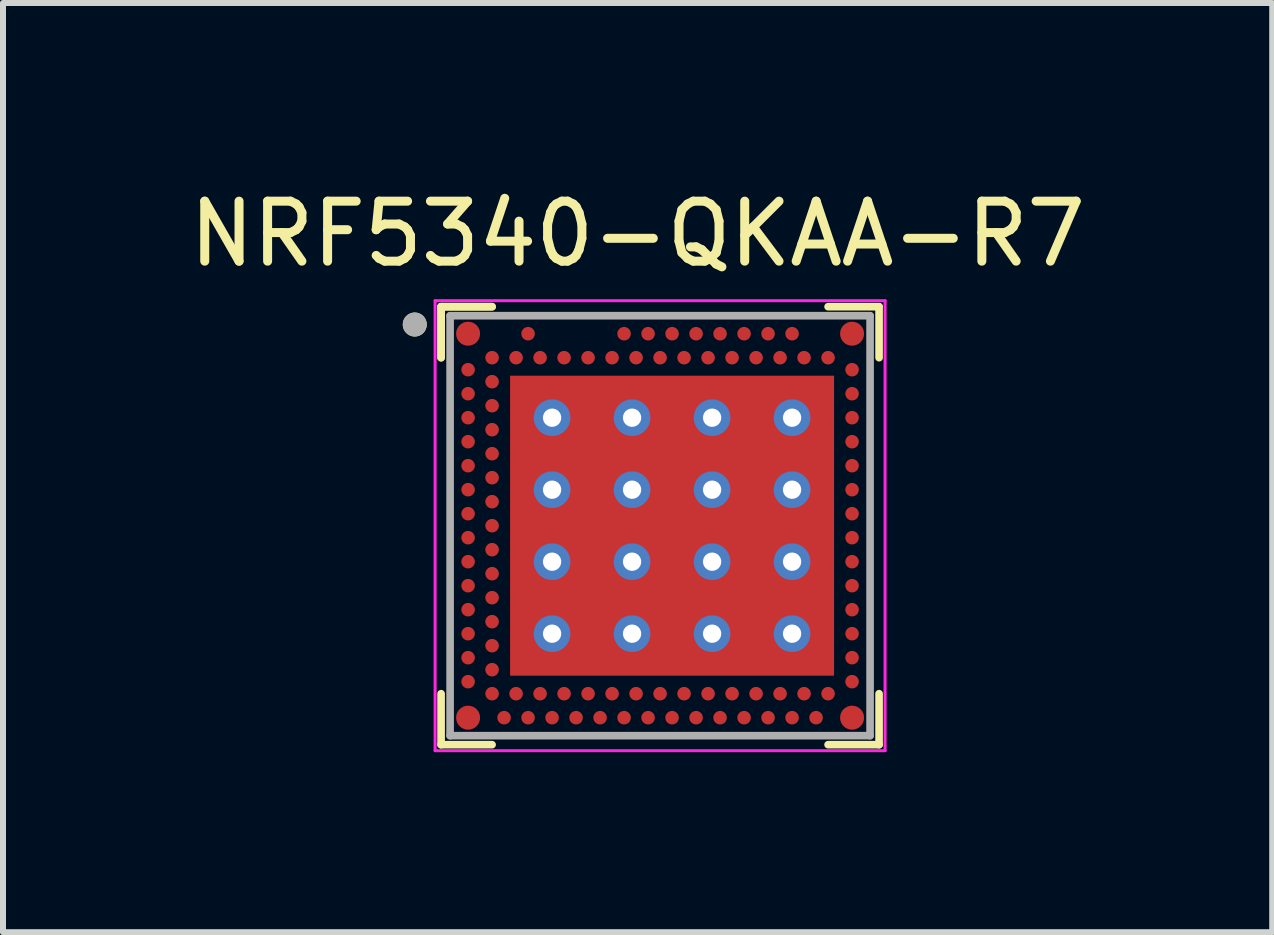
<source format=kicad_pcb>
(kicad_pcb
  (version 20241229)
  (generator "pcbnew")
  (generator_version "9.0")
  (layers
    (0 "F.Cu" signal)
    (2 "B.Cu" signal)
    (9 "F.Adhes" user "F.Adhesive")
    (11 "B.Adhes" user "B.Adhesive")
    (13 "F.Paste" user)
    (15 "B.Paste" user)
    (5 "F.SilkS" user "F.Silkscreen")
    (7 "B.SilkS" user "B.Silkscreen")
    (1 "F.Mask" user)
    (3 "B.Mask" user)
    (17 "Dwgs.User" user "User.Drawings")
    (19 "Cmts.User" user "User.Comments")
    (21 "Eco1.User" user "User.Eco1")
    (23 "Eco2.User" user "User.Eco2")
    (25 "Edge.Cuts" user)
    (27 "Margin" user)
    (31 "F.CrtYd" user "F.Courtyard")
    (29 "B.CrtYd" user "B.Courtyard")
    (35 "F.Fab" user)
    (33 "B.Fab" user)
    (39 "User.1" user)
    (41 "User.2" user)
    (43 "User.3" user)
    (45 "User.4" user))
  (footprint "NRF5340-QKAA-R7"
    (layer "F.Cu")
    (at 7.952 5.712)
    (property "Reference" "NRF5340-QKAA-R7" (at -0.375 -4.864 0) (layer "F.SilkS") (effects (font (size 1 1) (thickness 0.15))))
    (attr smd)
    (fp_line (start -3.65 -3.65) (end -3.65 -2.8) (stroke (width 0.127) (type solid)) (layer "F.SilkS"))
    (fp_line (start -3.65 -3.65) (end -3.65 -2.8) (stroke (width 0.127) (type solid)) (layer "F.SilkS"))
    (fp_line (start -3.65 2.8) (end -3.65 3.65) (stroke (width 0.127) (type solid)) (layer "F.SilkS"))
    (fp_line (start -3.65 3.65) (end -2.8 3.65) (stroke (width 0.127) (type solid)) (layer "F.SilkS"))
    (fp_line (start -2.8 -3.65) (end -3.65 -3.65) (stroke (width 0.127) (type solid)) (layer "F.SilkS"))
    (fp_line (start -2.8 -3.65) (end -3.65 -3.65) (stroke (width 0.127) (type solid)) (layer "F.SilkS"))
    (fp_line (start 2.8 3.65) (end 3.65 3.65) (stroke (width 0.127) (type solid)) (layer "F.SilkS"))
    (fp_line (start 3.65 -3.65) (end 2.8 -3.65) (stroke (width 0.127) (type solid)) (layer "F.SilkS"))
    (fp_line (start 3.65 -2.8) (end 3.65 -3.65) (stroke (width 0.127) (type solid)) (layer "F.SilkS"))
    (fp_line (start 3.65 3.65) (end 3.65 2.8) (stroke (width 0.127) (type solid)) (layer "F.SilkS"))
    (fp_circle (center -4.089 -3.353) (end -3.989 -3.353) (stroke (width 0.2) (type solid)) (fill no) (layer "F.SilkS"))
    (fp_circle (center -3.2 -3.2) (end -3.103 -3.2) (stroke (width 0.194) (type solid)) (fill no) (layer "F.Paste"))
    (fp_circle (center -3.2 -2.6) (end -3.147 -2.6) (stroke (width 0.106) (type solid)) (fill no) (layer "F.Paste"))
    (fp_circle (center -3.2 -2.2) (end -3.147 -2.2) (stroke (width 0.106) (type solid)) (fill no) (layer "F.Paste"))
    (fp_circle (center -3.2 -1.8) (end -3.147 -1.8) (stroke (width 0.106) (type solid)) (fill no) (layer "F.Paste"))
    (fp_circle (center -3.2 -1.4) (end -3.147 -1.4) (stroke (width 0.106) (type solid)) (fill no) (layer "F.Paste"))
    (fp_circle (center -3.2 -1) (end -3.147 -1) (stroke (width 0.106) (type solid)) (fill no) (layer "F.Paste"))
    (fp_circle (center -3.2 -0.6) (end -3.147 -0.6) (stroke (width 0.106) (type solid)) (fill no) (layer "F.Paste"))
    (fp_circle (center -3.2 -0.2) (end -3.147 -0.2) (stroke (width 0.106) (type solid)) (fill no) (layer "F.Paste"))
    (fp_circle (center -3.2 0.2) (end -3.147 0.2) (stroke (width 0.106) (type solid)) (fill no) (layer "F.Paste"))
    (fp_circle (center -3.2 0.6) (end -3.147 0.6) (stroke (width 0.106) (type solid)) (fill no) (layer "F.Paste"))
    (fp_circle (center -3.2 1) (end -3.147 1) (stroke (width 0.106) (type solid)) (fill no) (layer "F.Paste"))
    (fp_circle (center -3.2 1.4) (end -3.147 1.4) (stroke (width 0.106) (type solid)) (fill no) (layer "F.Paste"))
    (fp_circle (center -3.2 1.8) (end -3.147 1.8) (stroke (width 0.106) (type solid)) (fill no) (layer "F.Paste"))
    (fp_circle (center -3.2 2.2) (end -3.147 2.2) (stroke (width 0.106) (type solid)) (fill no) (layer "F.Paste"))
    (fp_circle (center -3.2 2.6) (end -3.147 2.6) (stroke (width 0.106) (type solid)) (fill no) (layer "F.Paste"))
    (fp_circle (center -3.2 3.2) (end -3.103 3.2) (stroke (width 0.194) (type solid)) (fill no) (layer "F.Paste"))
    (fp_circle (center -2.8 -2.8) (end -2.747 -2.8) (stroke (width 0.106) (type solid)) (fill no) (layer "F.Paste"))
    (fp_circle (center -2.8 -2.4) (end -2.747 -2.4) (stroke (width 0.106) (type solid)) (fill no) (layer "F.Paste"))
    (fp_circle (center -2.8 -2) (end -2.747 -2) (stroke (width 0.106) (type solid)) (fill no) (layer "F.Paste"))
    (fp_circle (center -2.8 -1.6) (end -2.747 -1.6) (stroke (width 0.106) (type solid)) (fill no) (layer "F.Paste"))
    (fp_circle (center -2.8 -1.2) (end -2.747 -1.2) (stroke (width 0.106) (type solid)) (fill no) (layer "F.Paste"))
    (fp_circle (center -2.8 -0.8) (end -2.747 -0.8) (stroke (width 0.106) (type solid)) (fill no) (layer "F.Paste"))
    (fp_circle (center -2.8 -0.4) (end -2.747 -0.4) (stroke (width 0.106) (type solid)) (fill no) (layer "F.Paste"))
    (fp_circle (center -2.8 0) (end -2.747 0) (stroke (width 0.106) (type solid)) (fill no) (layer "F.Paste"))
    (fp_circle (center -2.8 0.4) (end -2.747 0.4) (stroke (width 0.106) (type solid)) (fill no) (layer "F.Paste"))
    (fp_circle (center -2.8 0.8) (end -2.747 0.8) (stroke (width 0.106) (type solid)) (fill no) (layer "F.Paste"))
    (fp_circle (center -2.8 1.2) (end -2.747 1.2) (stroke (width 0.106) (type solid)) (fill no) (layer "F.Paste"))
    (fp_circle (center -2.8 1.6) (end -2.747 1.6) (stroke (width 0.106) (type solid)) (fill no) (layer "F.Paste"))
    (fp_circle (center -2.8 2) (end -2.747 2) (stroke (width 0.106) (type solid)) (fill no) (layer "F.Paste"))
    (fp_circle (center -2.8 2.4) (end -2.747 2.4) (stroke (width 0.106) (type solid)) (fill no) (layer "F.Paste"))
    (fp_circle (center -2.8 2.8) (end -2.747 2.8) (stroke (width 0.106) (type solid)) (fill no) (layer "F.Paste"))
    (fp_circle (center -2.6 3.2) (end -2.547 3.2) (stroke (width 0.106) (type solid)) (fill no) (layer "F.Paste"))
    (fp_circle (center -2.4 -2.8) (end -2.347 -2.8) (stroke (width 0.106) (type solid)) (fill no) (layer "F.Paste"))
    (fp_circle (center -2.4 2.8) (end -2.347 2.8) (stroke (width 0.106) (type solid)) (fill no) (layer "F.Paste"))
    (fp_circle (center -2.2 -3.2) (end -2.147 -3.2) (stroke (width 0.106) (type solid)) (fill no) (layer "F.Paste"))
    (fp_circle (center -2.2 3.2) (end -2.147 3.2) (stroke (width 0.106) (type solid)) (fill no) (layer "F.Paste"))
    (fp_circle (center -2 -2.8) (end -1.947 -2.8) (stroke (width 0.106) (type solid)) (fill no) (layer "F.Paste"))
    (fp_circle (center -2 2.8) (end -1.947 2.8) (stroke (width 0.106) (type solid)) (fill no) (layer "F.Paste"))
    (fp_circle (center -1.8 3.2) (end -1.747 3.2) (stroke (width 0.106) (type solid)) (fill no) (layer "F.Paste"))
    (fp_circle (center -1.6 -2.8) (end -1.547 -2.8) (stroke (width 0.106) (type solid)) (fill no) (layer "F.Paste"))
    (fp_circle (center -1.6 2.8) (end -1.547 2.8) (stroke (width 0.106) (type solid)) (fill no) (layer "F.Paste"))
    (fp_circle (center -1.4 3.2) (end -1.347 3.2) (stroke (width 0.106) (type solid)) (fill no) (layer "F.Paste"))
    (fp_circle (center -1.2 -2.8) (end -1.147 -2.8) (stroke (width 0.106) (type solid)) (fill no) (layer "F.Paste"))
    (fp_circle (center -1.2 2.8) (end -1.147 2.8) (stroke (width 0.106) (type solid)) (fill no) (layer "F.Paste"))
    (fp_circle (center -1 3.2) (end -0.947 3.2) (stroke (width 0.106) (type solid)) (fill no) (layer "F.Paste"))
    (fp_circle (center -0.8 -2.8) (end -0.747 -2.8) (stroke (width 0.106) (type solid)) (fill no) (layer "F.Paste"))
    (fp_circle (center -0.8 2.8) (end -0.747 2.8) (stroke (width 0.106) (type solid)) (fill no) (layer "F.Paste"))
    (fp_circle (center -0.6 -3.2) (end -0.547 -3.2) (stroke (width 0.106) (type solid)) (fill no) (layer "F.Paste"))
    (fp_circle (center -0.6 3.2) (end -0.547 3.2) (stroke (width 0.106) (type solid)) (fill no) (layer "F.Paste"))
    (fp_circle (center -0.4 -2.8) (end -0.347 -2.8) (stroke (width 0.106) (type solid)) (fill no) (layer "F.Paste"))
    (fp_circle (center -0.4 2.8) (end -0.347 2.8) (stroke (width 0.106) (type solid)) (fill no) (layer "F.Paste"))
    (fp_circle (center -0.2 -3.2) (end -0.147 -3.2) (stroke (width 0.106) (type solid)) (fill no) (layer "F.Paste"))
    (fp_circle (center -0.2 3.2) (end -0.147 3.2) (stroke (width 0.106) (type solid)) (fill no) (layer "F.Paste"))
    (fp_circle (center 0 -2.8) (end 0.053 -2.8) (stroke (width 0.106) (type solid)) (fill no) (layer "F.Paste"))
    (fp_circle (center 0 2.8) (end 0.053 2.8) (stroke (width 0.106) (type solid)) (fill no) (layer "F.Paste"))
    (fp_circle (center 0.2 -3.2) (end 0.253 -3.2) (stroke (width 0.106) (type solid)) (fill no) (layer "F.Paste"))
    (fp_circle (center 0.2 3.2) (end 0.253 3.2) (stroke (width 0.106) (type solid)) (fill no) (layer "F.Paste"))
    (fp_circle (center 0.4 -2.8) (end 0.453 -2.8) (stroke (width 0.106) (type solid)) (fill no) (layer "F.Paste"))
    (fp_circle (center 0.4 2.8) (end 0.453 2.8) (stroke (width 0.106) (type solid)) (fill no) (layer "F.Paste"))
    (fp_circle (center 0.6 -3.2) (end 0.653 -3.2) (stroke (width 0.106) (type solid)) (fill no) (layer "F.Paste"))
    (fp_circle (center 0.6 3.2) (end 0.653 3.2) (stroke (width 0.106) (type solid)) (fill no) (layer "F.Paste"))
    (fp_circle (center 0.8 -2.8) (end 0.853 -2.8) (stroke (width 0.106) (type solid)) (fill no) (layer "F.Paste"))
    (fp_circle (center 0.8 2.8) (end 0.853 2.8) (stroke (width 0.106) (type solid)) (fill no) (layer "F.Paste"))
    (fp_circle (center 1 -3.2) (end 1.053 -3.2) (stroke (width 0.106) (type solid)) (fill no) (layer "F.Paste"))
    (fp_circle (center 1 3.2) (end 1.053 3.2) (stroke (width 0.106) (type solid)) (fill no) (layer "F.Paste"))
    (fp_circle (center 1.2 -2.8) (end 1.253 -2.8) (stroke (width 0.106) (type solid)) (fill no) (layer "F.Paste"))
    (fp_circle (center 1.2 2.8) (end 1.253 2.8) (stroke (width 0.106) (type solid)) (fill no) (layer "F.Paste"))
    (fp_circle (center 1.4 -3.2) (end 1.453 -3.2) (stroke (width 0.106) (type solid)) (fill no) (layer "F.Paste"))
    (fp_circle (center 1.4 3.2) (end 1.453 3.2) (stroke (width 0.106) (type solid)) (fill no) (layer "F.Paste"))
    (fp_circle (center 1.6 -2.8) (end 1.653 -2.8) (stroke (width 0.106) (type solid)) (fill no) (layer "F.Paste"))
    (fp_circle (center 1.6 2.8) (end 1.653 2.8) (stroke (width 0.106) (type solid)) (fill no) (layer "F.Paste"))
    (fp_circle (center 1.8 -3.2) (end 1.853 -3.2) (stroke (width 0.106) (type solid)) (fill no) (layer "F.Paste"))
    (fp_circle (center 1.8 3.2) (end 1.853 3.2) (stroke (width 0.106) (type solid)) (fill no) (layer "F.Paste"))
    (fp_circle (center 2 -2.8) (end 2.053 -2.8) (stroke (width 0.106) (type solid)) (fill no) (layer "F.Paste"))
    (fp_circle (center 2 2.8) (end 2.053 2.8) (stroke (width 0.106) (type solid)) (fill no) (layer "F.Paste"))
    (fp_circle (center 2.2 -3.2) (end 2.253 -3.2) (stroke (width 0.106) (type solid)) (fill no) (layer "F.Paste"))
    (fp_circle (center 2.2 3.2) (end 2.253 3.2) (stroke (width 0.106) (type solid)) (fill no) (layer "F.Paste"))
    (fp_circle (center 2.4 -2.8) (end 2.453 -2.8) (stroke (width 0.106) (type solid)) (fill no) (layer "F.Paste"))
    (fp_circle (center 2.4 2.8) (end 2.453 2.8) (stroke (width 0.106) (type solid)) (fill no) (layer "F.Paste"))
    (fp_circle (center 2.6 3.2) (end 2.653 3.2) (stroke (width 0.106) (type solid)) (fill no) (layer "F.Paste"))
    (fp_circle (center 2.8 -2.8) (end 2.853 -2.8) (stroke (width 0.106) (type solid)) (fill no) (layer "F.Paste"))
    (fp_circle (center 2.8 2.8) (end 2.853 2.8) (stroke (width 0.106) (type solid)) (fill no) (layer "F.Paste"))
    (fp_circle (center 3.2 -3.2) (end 3.297 -3.2) (stroke (width 0.194) (type solid)) (fill no) (layer "F.Paste"))
    (fp_circle (center 3.2 -2.6) (end 3.253 -2.6) (stroke (width 0.106) (type solid)) (fill no) (layer "F.Paste"))
    (fp_circle (center 3.2 -2.2) (end 3.253 -2.2) (stroke (width 0.106) (type solid)) (fill no) (layer "F.Paste"))
    (fp_circle (center 3.2 -1.8) (end 3.253 -1.8) (stroke (width 0.106) (type solid)) (fill no) (layer "F.Paste"))
    (fp_circle (center 3.2 -1.4) (end 3.253 -1.4) (stroke (width 0.106) (type solid)) (fill no) (layer "F.Paste"))
    (fp_circle (center 3.2 -1) (end 3.253 -1) (stroke (width 0.106) (type solid)) (fill no) (layer "F.Paste"))
    (fp_circle (center 3.2 -0.6) (end 3.253 -0.6) (stroke (width 0.106) (type solid)) (fill no) (layer "F.Paste"))
    (fp_circle (center 3.2 -0.2) (end 3.253 -0.2) (stroke (width 0.106) (type solid)) (fill no) (layer "F.Paste"))
    (fp_circle (center 3.2 0.2) (end 3.253 0.2) (stroke (width 0.106) (type solid)) (fill no) (layer "F.Paste"))
    (fp_circle (center 3.2 0.6) (end 3.253 0.6) (stroke (width 0.106) (type solid)) (fill no) (layer "F.Paste"))
    (fp_circle (center 3.2 1) (end 3.253 1) (stroke (width 0.106) (type solid)) (fill no) (layer "F.Paste"))
    (fp_circle (center 3.2 1.4) (end 3.253 1.4) (stroke (width 0.106) (type solid)) (fill no) (layer "F.Paste"))
    (fp_circle (center 3.2 1.8) (end 3.253 1.8) (stroke (width 0.106) (type solid)) (fill no) (layer "F.Paste"))
    (fp_circle (center 3.2 2.2) (end 3.253 2.2) (stroke (width 0.106) (type solid)) (fill no) (layer "F.Paste"))
    (fp_circle (center 3.2 2.6) (end 3.253 2.6) (stroke (width 0.106) (type solid)) (fill no) (layer "F.Paste"))
    (fp_circle (center 3.2 3.2) (end 3.297 3.2) (stroke (width 0.194) (type solid)) (fill no) (layer "F.Paste"))
    (fp_poly (pts (xy -2.3 -2.06) (xy -2.299 -2.072) (xy -2.298 -2.085) (xy -2.296 -2.098) (xy -2.294 -2.11) (xy -2.291 -2.123) (xy -2.287 -2.135) (xy -2.282 -2.147) (xy -2.277 -2.159) (xy -2.271 -2.17) (xy -2.265 -2.181) (xy -2.258 -2.192) (xy -2.251 -2.202) (xy -2.243 -2.213) (xy -2.234 -2.222) (xy -2.225 -2.231) (xy -2.216 -2.24) (xy -2.206 -2.248) (xy -2.196 -2.256) (xy -2.185 -2.263) (xy -2.174 -2.269) (xy -2.162 -2.275) (xy -2.151 -2.281) (xy -2.139 -2.285) (xy -2.127 -2.289) (xy -2.114 -2.293) (xy -2.102 -2.296) (xy -2.089 -2.298) (xy -2.076 -2.299) (xy -2.064 -2.3) (xy -2.05 -2.3) (xy -1.45 -2.3) (xy -1.436 -2.3) (xy -1.424 -2.299) (xy -1.411 -2.298) (xy -1.398 -2.296) (xy -1.386 -2.293) (xy -1.373 -2.289) (xy -1.361 -2.285) (xy -1.349 -2.281) (xy -1.338 -2.275) (xy -1.326 -2.269) (xy -1.315 -2.263) (xy -1.304 -2.256) (xy -1.294 -2.248) (xy -1.284 -2.24) (xy -1.275 -2.231) (xy -1.266 -2.222) (xy -1.257 -2.213) (xy -1.249 -2.202) (xy -1.242 -2.192) (xy -1.235 -2.181) (xy -1.229 -2.17) (xy -1.223 -2.159) (xy -1.218 -2.147) (xy -1.213 -2.135) (xy -1.209 -2.123) (xy -1.206 -2.11) (xy -1.204 -2.098) (xy -1.202 -2.085) (xy -1.201 -2.072) (xy -1.2 -2.06) (xy -1.2 -1.54) (xy -1.201 -1.528) (xy -1.202 -1.515) (xy -1.204 -1.502) (xy -1.206 -1.49) (xy -1.209 -1.477) (xy -1.213 -1.465) (xy -1.218 -1.453) (xy -1.223 -1.441) (xy -1.229 -1.43) (xy -1.235 -1.419) (xy -1.242 -1.408) (xy -1.249 -1.398) (xy -1.257 -1.387) (xy -1.266 -1.378) (xy -1.275 -1.369) (xy -1.284 -1.36) (xy -1.294 -1.352) (xy -1.304 -1.344) (xy -1.315 -1.337) (xy -1.326 -1.331) (xy -1.338 -1.325) (xy -1.349 -1.319) (xy -1.361 -1.315) (xy -1.373 -1.311) (xy -1.386 -1.307) (xy -1.398 -1.304) (xy -1.411 -1.302) (xy -1.424 -1.301) (xy -1.436 -1.3) (xy -1.45 -1.3) (xy -2.05 -1.3) (xy -2.064 -1.3) (xy -2.076 -1.301) (xy -2.089 -1.302) (xy -2.102 -1.304) (xy -2.114 -1.307) (xy -2.127 -1.311) (xy -2.139 -1.315) (xy -2.151 -1.319) (xy -2.162 -1.325) (xy -2.174 -1.331) (xy -2.185 -1.337) (xy -2.196 -1.344) (xy -2.206 -1.352) (xy -2.216 -1.36) (xy -2.225 -1.369) (xy -2.234 -1.378) (xy -2.243 -1.387) (xy -2.251 -1.398) (xy -2.258 -1.408) (xy -2.265 -1.419) (xy -2.271 -1.43) (xy -2.277 -1.441) (xy -2.282 -1.453) (xy -2.287 -1.465) (xy -2.291 -1.477) (xy -2.294 -1.49) (xy -2.296 -1.502) (xy -2.298 -1.515) (xy -2.299 -1.528) (xy -2.3 -1.54) (xy -2.3 -2.06)) (stroke (width 0.01) (type solid)) (fill yes) (layer "F.Paste"))
    (fp_poly (pts (xy -2.3 -0.86) (xy -2.299 -0.872) (xy -2.298 -0.885) (xy -2.296 -0.898) (xy -2.294 -0.91) (xy -2.291 -0.923) (xy -2.287 -0.935) (xy -2.282 -0.947) (xy -2.277 -0.959) (xy -2.271 -0.97) (xy -2.265 -0.981) (xy -2.258 -0.992) (xy -2.251 -1.002) (xy -2.243 -1.013) (xy -2.234 -1.022) (xy -2.225 -1.031) (xy -2.216 -1.04) (xy -2.206 -1.048) (xy -2.196 -1.056) (xy -2.185 -1.063) (xy -2.174 -1.069) (xy -2.162 -1.075) (xy -2.151 -1.081) (xy -2.139 -1.085) (xy -2.127 -1.089) (xy -2.114 -1.093) (xy -2.102 -1.096) (xy -2.089 -1.098) (xy -2.076 -1.099) (xy -2.064 -1.1) (xy -2.05 -1.1) (xy -1.45 -1.1) (xy -1.436 -1.1) (xy -1.424 -1.099) (xy -1.411 -1.098) (xy -1.398 -1.096) (xy -1.386 -1.093) (xy -1.373 -1.089) (xy -1.361 -1.085) (xy -1.349 -1.081) (xy -1.338 -1.075) (xy -1.326 -1.069) (xy -1.315 -1.063) (xy -1.304 -1.056) (xy -1.294 -1.048) (xy -1.284 -1.04) (xy -1.275 -1.031) (xy -1.266 -1.022) (xy -1.257 -1.013) (xy -1.249 -1.002) (xy -1.242 -0.992) (xy -1.235 -0.981) (xy -1.229 -0.97) (xy -1.223 -0.959) (xy -1.218 -0.947) (xy -1.213 -0.935) (xy -1.209 -0.923) (xy -1.206 -0.91) (xy -1.204 -0.898) (xy -1.202 -0.885) (xy -1.201 -0.872) (xy -1.2 -0.86) (xy -1.2 -0.34) (xy -1.201 -0.328) (xy -1.202 -0.315) (xy -1.204 -0.302) (xy -1.206 -0.29) (xy -1.209 -0.277) (xy -1.213 -0.265) (xy -1.218 -0.253) (xy -1.223 -0.241) (xy -1.229 -0.23) (xy -1.235 -0.219) (xy -1.242 -0.208) (xy -1.249 -0.198) (xy -1.257 -0.187) (xy -1.266 -0.178) (xy -1.275 -0.169) (xy -1.284 -0.16) (xy -1.294 -0.152) (xy -1.304 -0.144) (xy -1.315 -0.137) (xy -1.326 -0.131) (xy -1.338 -0.125) (xy -1.349 -0.119) (xy -1.361 -0.115) (xy -1.373 -0.111) (xy -1.386 -0.107) (xy -1.398 -0.104) (xy -1.411 -0.102) (xy -1.424 -0.101) (xy -1.436 -0.1) (xy -1.45 -0.1) (xy -2.05 -0.1) (xy -2.064 -0.1) (xy -2.076 -0.101) (xy -2.089 -0.102) (xy -2.102 -0.104) (xy -2.114 -0.107) (xy -2.127 -0.111) (xy -2.139 -0.115) (xy -2.151 -0.119) (xy -2.162 -0.125) (xy -2.174 -0.131) (xy -2.185 -0.137) (xy -2.196 -0.144) (xy -2.206 -0.152) (xy -2.216 -0.16) (xy -2.225 -0.169) (xy -2.234 -0.178) (xy -2.243 -0.187) (xy -2.251 -0.198) (xy -2.258 -0.208) (xy -2.265 -0.219) (xy -2.271 -0.23) (xy -2.277 -0.241) (xy -2.282 -0.253) (xy -2.287 -0.265) (xy -2.291 -0.277) (xy -2.294 -0.29) (xy -2.296 -0.302) (xy -2.298 -0.315) (xy -2.299 -0.328) (xy -2.3 -0.34) (xy -2.3 -0.86)) (stroke (width 0.01) (type solid)) (fill yes) (layer "F.Paste"))
    (fp_poly (pts (xy -2.3 0.34) (xy -2.299 0.328) (xy -2.298 0.315) (xy -2.296 0.302) (xy -2.294 0.29) (xy -2.291 0.277) (xy -2.287 0.265) (xy -2.282 0.253) (xy -2.277 0.241) (xy -2.271 0.23) (xy -2.265 0.219) (xy -2.258 0.208) (xy -2.251 0.198) (xy -2.243 0.187) (xy -2.234 0.178) (xy -2.225 0.169) (xy -2.216 0.16) (xy -2.206 0.152) (xy -2.196 0.144) (xy -2.185 0.137) (xy -2.174 0.131) (xy -2.162 0.125) (xy -2.151 0.119) (xy -2.139 0.115) (xy -2.127 0.111) (xy -2.114 0.107) (xy -2.102 0.104) (xy -2.089 0.102) (xy -2.076 0.101) (xy -2.064 0.1) (xy -2.05 0.1) (xy -1.45 0.1) (xy -1.436 0.1) (xy -1.424 0.101) (xy -1.411 0.102) (xy -1.398 0.104) (xy -1.386 0.107) (xy -1.373 0.111) (xy -1.361 0.115) (xy -1.349 0.119) (xy -1.338 0.125) (xy -1.326 0.131) (xy -1.315 0.137) (xy -1.304 0.144) (xy -1.294 0.152) (xy -1.284 0.16) (xy -1.275 0.169) (xy -1.266 0.178) (xy -1.257 0.187) (xy -1.249 0.198) (xy -1.242 0.208) (xy -1.235 0.219) (xy -1.229 0.23) (xy -1.223 0.241) (xy -1.218 0.253) (xy -1.213 0.265) (xy -1.209 0.277) (xy -1.206 0.29) (xy -1.204 0.302) (xy -1.202 0.315) (xy -1.201 0.328) (xy -1.2 0.34) (xy -1.2 0.86) (xy -1.201 0.872) (xy -1.202 0.885) (xy -1.204 0.898) (xy -1.206 0.91) (xy -1.209 0.923) (xy -1.213 0.935) (xy -1.218 0.947) (xy -1.223 0.959) (xy -1.229 0.97) (xy -1.235 0.981) (xy -1.242 0.992) (xy -1.249 1.002) (xy -1.257 1.013) (xy -1.266 1.022) (xy -1.275 1.031) (xy -1.284 1.04) (xy -1.294 1.048) (xy -1.304 1.056) (xy -1.315 1.063) (xy -1.326 1.069) (xy -1.338 1.075) (xy -1.349 1.081) (xy -1.361 1.085) (xy -1.373 1.089) (xy -1.386 1.093) (xy -1.398 1.096) (xy -1.411 1.098) (xy -1.424 1.099) (xy -1.436 1.1) (xy -1.45 1.1) (xy -2.05 1.1) (xy -2.064 1.1) (xy -2.076 1.099) (xy -2.089 1.098) (xy -2.102 1.096) (xy -2.114 1.093) (xy -2.127 1.089) (xy -2.139 1.085) (xy -2.151 1.081) (xy -2.162 1.075) (xy -2.174 1.069) (xy -2.185 1.063) (xy -2.196 1.056) (xy -2.206 1.048) (xy -2.216 1.04) (xy -2.225 1.031) (xy -2.234 1.022) (xy -2.243 1.013) (xy -2.251 1.002) (xy -2.258 0.992) (xy -2.265 0.981) (xy -2.271 0.97) (xy -2.277 0.959) (xy -2.282 0.947) (xy -2.287 0.935) (xy -2.291 0.923) (xy -2.294 0.91) (xy -2.296 0.898) (xy -2.298 0.885) (xy -2.299 0.872) (xy -2.3 0.86) (xy -2.3 0.34)) (stroke (width 0.01) (type solid)) (fill yes) (layer "F.Paste"))
    (fp_poly (pts (xy -2.3 1.54) (xy -2.299 1.528) (xy -2.298 1.515) (xy -2.296 1.502) (xy -2.294 1.49) (xy -2.291 1.477) (xy -2.287 1.465) (xy -2.282 1.453) (xy -2.277 1.441) (xy -2.271 1.43) (xy -2.265 1.419) (xy -2.258 1.408) (xy -2.251 1.398) (xy -2.243 1.387) (xy -2.234 1.378) (xy -2.225 1.369) (xy -2.216 1.36) (xy -2.206 1.352) (xy -2.196 1.344) (xy -2.185 1.337) (xy -2.174 1.331) (xy -2.162 1.325) (xy -2.151 1.319) (xy -2.139 1.315) (xy -2.127 1.311) (xy -2.114 1.307) (xy -2.102 1.304) (xy -2.089 1.302) (xy -2.076 1.301) (xy -2.064 1.3) (xy -2.05 1.3) (xy -1.45 1.3) (xy -1.436 1.3) (xy -1.424 1.301) (xy -1.411 1.302) (xy -1.398 1.304) (xy -1.386 1.307) (xy -1.373 1.311) (xy -1.361 1.315) (xy -1.349 1.319) (xy -1.338 1.325) (xy -1.326 1.331) (xy -1.315 1.337) (xy -1.304 1.344) (xy -1.294 1.352) (xy -1.284 1.36) (xy -1.275 1.369) (xy -1.266 1.378) (xy -1.257 1.387) (xy -1.249 1.398) (xy -1.242 1.408) (xy -1.235 1.419) (xy -1.229 1.43) (xy -1.223 1.441) (xy -1.218 1.453) (xy -1.213 1.465) (xy -1.209 1.477) (xy -1.206 1.49) (xy -1.204 1.502) (xy -1.202 1.515) (xy -1.201 1.528) (xy -1.2 1.54) (xy -1.2 2.06) (xy -1.201 2.072) (xy -1.202 2.085) (xy -1.204 2.098) (xy -1.206 2.11) (xy -1.209 2.123) (xy -1.213 2.135) (xy -1.218 2.147) (xy -1.223 2.159) (xy -1.229 2.17) (xy -1.235 2.181) (xy -1.242 2.192) (xy -1.249 2.202) (xy -1.257 2.213) (xy -1.266 2.222) (xy -1.275 2.231) (xy -1.284 2.24) (xy -1.294 2.248) (xy -1.304 2.256) (xy -1.315 2.263) (xy -1.326 2.269) (xy -1.338 2.275) (xy -1.349 2.281) (xy -1.361 2.285) (xy -1.373 2.289) (xy -1.386 2.293) (xy -1.398 2.296) (xy -1.411 2.298) (xy -1.424 2.299) (xy -1.436 2.3) (xy -1.45 2.3) (xy -2.05 2.3) (xy -2.064 2.3) (xy -2.076 2.299) (xy -2.089 2.298) (xy -2.102 2.296) (xy -2.114 2.293) (xy -2.127 2.289) (xy -2.139 2.285) (xy -2.151 2.281) (xy -2.162 2.275) (xy -2.174 2.269) (xy -2.185 2.263) (xy -2.196 2.256) (xy -2.206 2.248) (xy -2.216 2.24) (xy -2.225 2.231) (xy -2.234 2.222) (xy -2.243 2.213) (xy -2.251 2.202) (xy -2.258 2.192) (xy -2.265 2.181) (xy -2.271 2.17) (xy -2.277 2.159) (xy -2.282 2.147) (xy -2.287 2.135) (xy -2.291 2.123) (xy -2.294 2.11) (xy -2.296 2.098) (xy -2.298 2.085) (xy -2.299 2.072) (xy -2.3 2.06) (xy -2.3 1.54)) (stroke (width 0.01) (type solid)) (fill yes) (layer "F.Paste"))
    (fp_poly (pts (xy -1 -2.06) (xy -0.999 -2.072) (xy -0.998 -2.085) (xy -0.996 -2.098) (xy -0.994 -2.11) (xy -0.991 -2.123) (xy -0.987 -2.135) (xy -0.982 -2.147) (xy -0.977 -2.159) (xy -0.971 -2.17) (xy -0.965 -2.181) (xy -0.958 -2.192) (xy -0.951 -2.202) (xy -0.943 -2.213) (xy -0.934 -2.222) (xy -0.925 -2.231) (xy -0.916 -2.24) (xy -0.906 -2.248) (xy -0.896 -2.256) (xy -0.885 -2.263) (xy -0.874 -2.269) (xy -0.862 -2.275) (xy -0.851 -2.281) (xy -0.839 -2.285) (xy -0.827 -2.289) (xy -0.814 -2.293) (xy -0.802 -2.296) (xy -0.789 -2.298) (xy -0.776 -2.299) (xy -0.764 -2.3) (xy -0.75 -2.3) (xy -0.15 -2.3) (xy -0.136 -2.3) (xy -0.124 -2.299) (xy -0.111 -2.298) (xy -0.098 -2.296) (xy -0.086 -2.293) (xy -0.073 -2.289) (xy -0.061 -2.285) (xy -0.049 -2.281) (xy -0.038 -2.275) (xy -0.026 -2.269) (xy -0.015 -2.263) (xy -0.004 -2.256) (xy 0.006 -2.248) (xy 0.016 -2.24) (xy 0.025 -2.231) (xy 0.034 -2.222) (xy 0.043 -2.213) (xy 0.051 -2.202) (xy 0.058 -2.192) (xy 0.065 -2.181) (xy 0.071 -2.17) (xy 0.077 -2.159) (xy 0.082 -2.147) (xy 0.087 -2.135) (xy 0.091 -2.123) (xy 0.094 -2.11) (xy 0.096 -2.098) (xy 0.098 -2.085) (xy 0.099 -2.072) (xy 0.1 -2.06) (xy 0.1 -1.54) (xy 0.099 -1.528) (xy 0.098 -1.515) (xy 0.096 -1.502) (xy 0.094 -1.49) (xy 0.091 -1.477) (xy 0.087 -1.465) (xy 0.082 -1.453) (xy 0.077 -1.441) (xy 0.071 -1.43) (xy 0.065 -1.419) (xy 0.058 -1.408) (xy 0.051 -1.398) (xy 0.043 -1.387) (xy 0.034 -1.378) (xy 0.025 -1.369) (xy 0.016 -1.36) (xy 0.006 -1.352) (xy -0.004 -1.344) (xy -0.015 -1.337) (xy -0.026 -1.331) (xy -0.038 -1.325) (xy -0.049 -1.319) (xy -0.061 -1.315) (xy -0.073 -1.311) (xy -0.086 -1.307) (xy -0.098 -1.304) (xy -0.111 -1.302) (xy -0.124 -1.301) (xy -0.136 -1.3) (xy -0.15 -1.3) (xy -0.75 -1.3) (xy -0.764 -1.3) (xy -0.776 -1.301) (xy -0.789 -1.302) (xy -0.802 -1.304) (xy -0.814 -1.307) (xy -0.827 -1.311) (xy -0.839 -1.315) (xy -0.851 -1.319) (xy -0.862 -1.325) (xy -0.874 -1.331) (xy -0.885 -1.337) (xy -0.896 -1.344) (xy -0.906 -1.352) (xy -0.916 -1.36) (xy -0.925 -1.369) (xy -0.934 -1.378) (xy -0.943 -1.387) (xy -0.951 -1.398) (xy -0.958 -1.408) (xy -0.965 -1.419) (xy -0.971 -1.43) (xy -0.977 -1.441) (xy -0.982 -1.453) (xy -0.987 -1.465) (xy -0.991 -1.477) (xy -0.994 -1.49) (xy -0.996 -1.502) (xy -0.998 -1.515) (xy -0.999 -1.528) (xy -1 -1.54) (xy -1 -2.06)) (stroke (width 0.01) (type solid)) (fill yes) (layer "F.Paste"))
    (fp_poly (pts (xy -1 -0.86) (xy -0.999 -0.872) (xy -0.998 -0.885) (xy -0.996 -0.898) (xy -0.994 -0.91) (xy -0.991 -0.923) (xy -0.987 -0.935) (xy -0.982 -0.947) (xy -0.977 -0.959) (xy -0.971 -0.97) (xy -0.965 -0.981) (xy -0.958 -0.992) (xy -0.951 -1.002) (xy -0.943 -1.013) (xy -0.934 -1.022) (xy -0.925 -1.031) (xy -0.916 -1.04) (xy -0.906 -1.048) (xy -0.896 -1.056) (xy -0.885 -1.063) (xy -0.874 -1.069) (xy -0.862 -1.075) (xy -0.851 -1.081) (xy -0.839 -1.085) (xy -0.827 -1.089) (xy -0.814 -1.093) (xy -0.802 -1.096) (xy -0.789 -1.098) (xy -0.776 -1.099) (xy -0.764 -1.1) (xy -0.75 -1.1) (xy -0.15 -1.1) (xy -0.136 -1.1) (xy -0.124 -1.099) (xy -0.111 -1.098) (xy -0.098 -1.096) (xy -0.086 -1.093) (xy -0.073 -1.089) (xy -0.061 -1.085) (xy -0.049 -1.081) (xy -0.038 -1.075) (xy -0.026 -1.069) (xy -0.015 -1.063) (xy -0.004 -1.056) (xy 0.006 -1.048) (xy 0.016 -1.04) (xy 0.025 -1.031) (xy 0.034 -1.022) (xy 0.043 -1.013) (xy 0.051 -1.002) (xy 0.058 -0.992) (xy 0.065 -0.981) (xy 0.071 -0.97) (xy 0.077 -0.959) (xy 0.082 -0.947) (xy 0.087 -0.935) (xy 0.091 -0.923) (xy 0.094 -0.91) (xy 0.096 -0.898) (xy 0.098 -0.885) (xy 0.099 -0.872) (xy 0.1 -0.86) (xy 0.1 -0.34) (xy 0.099 -0.328) (xy 0.098 -0.315) (xy 0.096 -0.302) (xy 0.094 -0.29) (xy 0.091 -0.277) (xy 0.087 -0.265) (xy 0.082 -0.253) (xy 0.077 -0.241) (xy 0.071 -0.23) (xy 0.065 -0.219) (xy 0.058 -0.208) (xy 0.051 -0.198) (xy 0.043 -0.187) (xy 0.034 -0.178) (xy 0.025 -0.169) (xy 0.016 -0.16) (xy 0.006 -0.152) (xy -0.004 -0.144) (xy -0.015 -0.137) (xy -0.026 -0.131) (xy -0.038 -0.125) (xy -0.049 -0.119) (xy -0.061 -0.115) (xy -0.073 -0.111) (xy -0.086 -0.107) (xy -0.098 -0.104) (xy -0.111 -0.102) (xy -0.124 -0.101) (xy -0.136 -0.1) (xy -0.15 -0.1) (xy -0.75 -0.1) (xy -0.764 -0.1) (xy -0.776 -0.101) (xy -0.789 -0.102) (xy -0.802 -0.104) (xy -0.814 -0.107) (xy -0.827 -0.111) (xy -0.839 -0.115) (xy -0.851 -0.119) (xy -0.862 -0.125) (xy -0.874 -0.131) (xy -0.885 -0.137) (xy -0.896 -0.144) (xy -0.906 -0.152) (xy -0.916 -0.16) (xy -0.925 -0.169) (xy -0.934 -0.178) (xy -0.943 -0.187) (xy -0.951 -0.198) (xy -0.958 -0.208) (xy -0.965 -0.219) (xy -0.971 -0.23) (xy -0.977 -0.241) (xy -0.982 -0.253) (xy -0.987 -0.265) (xy -0.991 -0.277) (xy -0.994 -0.29) (xy -0.996 -0.302) (xy -0.998 -0.315) (xy -0.999 -0.328) (xy -1 -0.34) (xy -1 -0.86)) (stroke (width 0.01) (type solid)) (fill yes) (layer "F.Paste"))
    (fp_poly (pts (xy -1 0.34) (xy -0.999 0.328) (xy -0.998 0.315) (xy -0.996 0.302) (xy -0.994 0.29) (xy -0.991 0.277) (xy -0.987 0.265) (xy -0.982 0.253) (xy -0.977 0.241) (xy -0.971 0.23) (xy -0.965 0.219) (xy -0.958 0.208) (xy -0.951 0.198) (xy -0.943 0.187) (xy -0.934 0.178) (xy -0.925 0.169) (xy -0.916 0.16) (xy -0.906 0.152) (xy -0.896 0.144) (xy -0.885 0.137) (xy -0.874 0.131) (xy -0.862 0.125) (xy -0.851 0.119) (xy -0.839 0.115) (xy -0.827 0.111) (xy -0.814 0.107) (xy -0.802 0.104) (xy -0.789 0.102) (xy -0.776 0.101) (xy -0.764 0.1) (xy -0.75 0.1) (xy -0.15 0.1) (xy -0.136 0.1) (xy -0.124 0.101) (xy -0.111 0.102) (xy -0.098 0.104) (xy -0.086 0.107) (xy -0.073 0.111) (xy -0.061 0.115) (xy -0.049 0.119) (xy -0.038 0.125) (xy -0.026 0.131) (xy -0.015 0.137) (xy -0.004 0.144) (xy 0.006 0.152) (xy 0.016 0.16) (xy 0.025 0.169) (xy 0.034 0.178) (xy 0.043 0.187) (xy 0.051 0.198) (xy 0.058 0.208) (xy 0.065 0.219) (xy 0.071 0.23) (xy 0.077 0.241) (xy 0.082 0.253) (xy 0.087 0.265) (xy 0.091 0.277) (xy 0.094 0.29) (xy 0.096 0.302) (xy 0.098 0.315) (xy 0.099 0.328) (xy 0.1 0.34) (xy 0.1 0.86) (xy 0.099 0.872) (xy 0.098 0.885) (xy 0.096 0.898) (xy 0.094 0.91) (xy 0.091 0.923) (xy 0.087 0.935) (xy 0.082 0.947) (xy 0.077 0.959) (xy 0.071 0.97) (xy 0.065 0.981) (xy 0.058 0.992) (xy 0.051 1.002) (xy 0.043 1.013) (xy 0.034 1.022) (xy 0.025 1.031) (xy 0.016 1.04) (xy 0.006 1.048) (xy -0.004 1.056) (xy -0.015 1.063) (xy -0.026 1.069) (xy -0.038 1.075) (xy -0.049 1.081) (xy -0.061 1.085) (xy -0.073 1.089) (xy -0.086 1.093) (xy -0.098 1.096) (xy -0.111 1.098) (xy -0.124 1.099) (xy -0.136 1.1) (xy -0.15 1.1) (xy -0.75 1.1) (xy -0.764 1.1) (xy -0.776 1.099) (xy -0.789 1.098) (xy -0.802 1.096) (xy -0.814 1.093) (xy -0.827 1.089) (xy -0.839 1.085) (xy -0.851 1.081) (xy -0.862 1.075) (xy -0.874 1.069) (xy -0.885 1.063) (xy -0.896 1.056) (xy -0.906 1.048) (xy -0.916 1.04) (xy -0.925 1.031) (xy -0.934 1.022) (xy -0.943 1.013) (xy -0.951 1.002) (xy -0.958 0.992) (xy -0.965 0.981) (xy -0.971 0.97) (xy -0.977 0.959) (xy -0.982 0.947) (xy -0.987 0.935) (xy -0.991 0.923) (xy -0.994 0.91) (xy -0.996 0.898) (xy -0.998 0.885) (xy -0.999 0.872) (xy -1 0.86) (xy -1 0.34)) (stroke (width 0.01) (type solid)) (fill yes) (layer "F.Paste"))
    (fp_poly (pts (xy -1 1.54) (xy -0.999 1.528) (xy -0.998 1.515) (xy -0.996 1.502) (xy -0.994 1.49) (xy -0.991 1.477) (xy -0.987 1.465) (xy -0.982 1.453) (xy -0.977 1.441) (xy -0.971 1.43) (xy -0.965 1.419) (xy -0.958 1.408) (xy -0.951 1.398) (xy -0.943 1.387) (xy -0.934 1.378) (xy -0.925 1.369) (xy -0.916 1.36) (xy -0.906 1.352) (xy -0.896 1.344) (xy -0.885 1.337) (xy -0.874 1.331) (xy -0.862 1.325) (xy -0.851 1.319) (xy -0.839 1.315) (xy -0.827 1.311) (xy -0.814 1.307) (xy -0.802 1.304) (xy -0.789 1.302) (xy -0.776 1.301) (xy -0.764 1.3) (xy -0.75 1.3) (xy -0.15 1.3) (xy -0.136 1.3) (xy -0.124 1.301) (xy -0.111 1.302) (xy -0.098 1.304) (xy -0.086 1.307) (xy -0.073 1.311) (xy -0.061 1.315) (xy -0.049 1.319) (xy -0.038 1.325) (xy -0.026 1.331) (xy -0.015 1.337) (xy -0.004 1.344) (xy 0.006 1.352) (xy 0.016 1.36) (xy 0.025 1.369) (xy 0.034 1.378) (xy 0.043 1.387) (xy 0.051 1.398) (xy 0.058 1.408) (xy 0.065 1.419) (xy 0.071 1.43) (xy 0.077 1.441) (xy 0.082 1.453) (xy 0.087 1.465) (xy 0.091 1.477) (xy 0.094 1.49) (xy 0.096 1.502) (xy 0.098 1.515) (xy 0.099 1.528) (xy 0.1 1.54) (xy 0.1 2.06) (xy 0.099 2.072) (xy 0.098 2.085) (xy 0.096 2.098) (xy 0.094 2.11) (xy 0.091 2.123) (xy 0.087 2.135) (xy 0.082 2.147) (xy 0.077 2.159) (xy 0.071 2.17) (xy 0.065 2.181) (xy 0.058 2.192) (xy 0.051 2.202) (xy 0.043 2.213) (xy 0.034 2.222) (xy 0.025 2.231) (xy 0.016 2.24) (xy 0.006 2.248) (xy -0.004 2.256) (xy -0.015 2.263) (xy -0.026 2.269) (xy -0.038 2.275) (xy -0.049 2.281) (xy -0.061 2.285) (xy -0.073 2.289) (xy -0.086 2.293) (xy -0.098 2.296) (xy -0.111 2.298) (xy -0.124 2.299) (xy -0.136 2.3) (xy -0.15 2.3) (xy -0.75 2.3) (xy -0.764 2.3) (xy -0.776 2.299) (xy -0.789 2.298) (xy -0.802 2.296) (xy -0.814 2.293) (xy -0.827 2.289) (xy -0.839 2.285) (xy -0.851 2.281) (xy -0.862 2.275) (xy -0.874 2.269) (xy -0.885 2.263) (xy -0.896 2.256) (xy -0.906 2.248) (xy -0.916 2.24) (xy -0.925 2.231) (xy -0.934 2.222) (xy -0.943 2.213) (xy -0.951 2.202) (xy -0.958 2.192) (xy -0.965 2.181) (xy -0.971 2.17) (xy -0.977 2.159) (xy -0.982 2.147) (xy -0.987 2.135) (xy -0.991 2.123) (xy -0.994 2.11) (xy -0.996 2.098) (xy -0.998 2.085) (xy -0.999 2.072) (xy -1 2.06) (xy -1 1.54)) (stroke (width 0.01) (type solid)) (fill yes) (layer "F.Paste"))
    (fp_poly (pts (xy 0.3 -2.06) (xy 0.301 -2.072) (xy 0.302 -2.085) (xy 0.304 -2.098) (xy 0.306 -2.11) (xy 0.309 -2.123) (xy 0.313 -2.135) (xy 0.318 -2.147) (xy 0.323 -2.159) (xy 0.329 -2.17) (xy 0.335 -2.181) (xy 0.342 -2.192) (xy 0.349 -2.202) (xy 0.357 -2.213) (xy 0.366 -2.222) (xy 0.375 -2.231) (xy 0.384 -2.24) (xy 0.394 -2.248) (xy 0.404 -2.256) (xy 0.415 -2.263) (xy 0.426 -2.269) (xy 0.438 -2.275) (xy 0.449 -2.281) (xy 0.461 -2.285) (xy 0.473 -2.289) (xy 0.486 -2.293) (xy 0.498 -2.296) (xy 0.511 -2.298) (xy 0.524 -2.299) (xy 0.536 -2.3) (xy 0.55 -2.3) (xy 1.15 -2.3) (xy 1.164 -2.3) (xy 1.176 -2.299) (xy 1.189 -2.298) (xy 1.202 -2.296) (xy 1.214 -2.293) (xy 1.227 -2.289) (xy 1.239 -2.285) (xy 1.251 -2.281) (xy 1.262 -2.275) (xy 1.274 -2.269) (xy 1.285 -2.263) (xy 1.296 -2.256) (xy 1.306 -2.248) (xy 1.316 -2.24) (xy 1.325 -2.231) (xy 1.334 -2.222) (xy 1.343 -2.213) (xy 1.351 -2.202) (xy 1.358 -2.192) (xy 1.365 -2.181) (xy 1.371 -2.17) (xy 1.377 -2.159) (xy 1.382 -2.147) (xy 1.387 -2.135) (xy 1.391 -2.123) (xy 1.394 -2.11) (xy 1.396 -2.098) (xy 1.398 -2.085) (xy 1.399 -2.072) (xy 1.4 -2.06) (xy 1.4 -1.54) (xy 1.399 -1.528) (xy 1.398 -1.515) (xy 1.396 -1.502) (xy 1.394 -1.49) (xy 1.391 -1.477) (xy 1.387 -1.465) (xy 1.382 -1.453) (xy 1.377 -1.441) (xy 1.371 -1.43) (xy 1.365 -1.419) (xy 1.358 -1.408) (xy 1.351 -1.398) (xy 1.343 -1.387) (xy 1.334 -1.378) (xy 1.325 -1.369) (xy 1.316 -1.36) (xy 1.306 -1.352) (xy 1.296 -1.344) (xy 1.285 -1.337) (xy 1.274 -1.331) (xy 1.262 -1.325) (xy 1.251 -1.319) (xy 1.239 -1.315) (xy 1.227 -1.311) (xy 1.214 -1.307) (xy 1.202 -1.304) (xy 1.189 -1.302) (xy 1.176 -1.301) (xy 1.164 -1.3) (xy 1.15 -1.3) (xy 0.55 -1.3) (xy 0.536 -1.3) (xy 0.524 -1.301) (xy 0.511 -1.302) (xy 0.498 -1.304) (xy 0.486 -1.307) (xy 0.473 -1.311) (xy 0.461 -1.315) (xy 0.449 -1.319) (xy 0.438 -1.325) (xy 0.426 -1.331) (xy 0.415 -1.337) (xy 0.404 -1.344) (xy 0.394 -1.352) (xy 0.384 -1.36) (xy 0.375 -1.369) (xy 0.366 -1.378) (xy 0.357 -1.387) (xy 0.349 -1.398) (xy 0.342 -1.408) (xy 0.335 -1.419) (xy 0.329 -1.43) (xy 0.323 -1.441) (xy 0.318 -1.453) (xy 0.313 -1.465) (xy 0.309 -1.477) (xy 0.306 -1.49) (xy 0.304 -1.502) (xy 0.302 -1.515) (xy 0.301 -1.528) (xy 0.3 -1.54) (xy 0.3 -2.06)) (stroke (width 0.01) (type solid)) (fill yes) (layer "F.Paste"))
    (fp_poly (pts (xy 0.3 -0.86) (xy 0.301 -0.872) (xy 0.302 -0.885) (xy 0.304 -0.898) (xy 0.306 -0.91) (xy 0.309 -0.923) (xy 0.313 -0.935) (xy 0.318 -0.947) (xy 0.323 -0.959) (xy 0.329 -0.97) (xy 0.335 -0.981) (xy 0.342 -0.992) (xy 0.349 -1.002) (xy 0.357 -1.013) (xy 0.366 -1.022) (xy 0.375 -1.031) (xy 0.384 -1.04) (xy 0.394 -1.048) (xy 0.404 -1.056) (xy 0.415 -1.063) (xy 0.426 -1.069) (xy 0.438 -1.075) (xy 0.449 -1.081) (xy 0.461 -1.085) (xy 0.473 -1.089) (xy 0.486 -1.093) (xy 0.498 -1.096) (xy 0.511 -1.098) (xy 0.524 -1.099) (xy 0.536 -1.1) (xy 0.55 -1.1) (xy 1.15 -1.1) (xy 1.164 -1.1) (xy 1.176 -1.099) (xy 1.189 -1.098) (xy 1.202 -1.096) (xy 1.214 -1.093) (xy 1.227 -1.089) (xy 1.239 -1.085) (xy 1.251 -1.081) (xy 1.262 -1.075) (xy 1.274 -1.069) (xy 1.285 -1.063) (xy 1.296 -1.056) (xy 1.306 -1.048) (xy 1.316 -1.04) (xy 1.325 -1.031) (xy 1.334 -1.022) (xy 1.343 -1.013) (xy 1.351 -1.002) (xy 1.358 -0.992) (xy 1.365 -0.981) (xy 1.371 -0.97) (xy 1.377 -0.959) (xy 1.382 -0.947) (xy 1.387 -0.935) (xy 1.391 -0.923) (xy 1.394 -0.91) (xy 1.396 -0.898) (xy 1.398 -0.885) (xy 1.399 -0.872) (xy 1.4 -0.86) (xy 1.4 -0.34) (xy 1.399 -0.328) (xy 1.398 -0.315) (xy 1.396 -0.302) (xy 1.394 -0.29) (xy 1.391 -0.277) (xy 1.387 -0.265) (xy 1.382 -0.253) (xy 1.377 -0.241) (xy 1.371 -0.23) (xy 1.365 -0.219) (xy 1.358 -0.208) (xy 1.351 -0.198) (xy 1.343 -0.187) (xy 1.334 -0.178) (xy 1.325 -0.169) (xy 1.316 -0.16) (xy 1.306 -0.152) (xy 1.296 -0.144) (xy 1.285 -0.137) (xy 1.274 -0.131) (xy 1.262 -0.125) (xy 1.251 -0.119) (xy 1.239 -0.115) (xy 1.227 -0.111) (xy 1.214 -0.107) (xy 1.202 -0.104) (xy 1.189 -0.102) (xy 1.176 -0.101) (xy 1.164 -0.1) (xy 1.15 -0.1) (xy 0.55 -0.1) (xy 0.536 -0.1) (xy 0.524 -0.101) (xy 0.511 -0.102) (xy 0.498 -0.104) (xy 0.486 -0.107) (xy 0.473 -0.111) (xy 0.461 -0.115) (xy 0.449 -0.119) (xy 0.438 -0.125) (xy 0.426 -0.131) (xy 0.415 -0.137) (xy 0.404 -0.144) (xy 0.394 -0.152) (xy 0.384 -0.16) (xy 0.375 -0.169) (xy 0.366 -0.178) (xy 0.357 -0.187) (xy 0.349 -0.198) (xy 0.342 -0.208) (xy 0.335 -0.219) (xy 0.329 -0.23) (xy 0.323 -0.241) (xy 0.318 -0.253) (xy 0.313 -0.265) (xy 0.309 -0.277) (xy 0.306 -0.29) (xy 0.304 -0.302) (xy 0.302 -0.315) (xy 0.301 -0.328) (xy 0.3 -0.34) (xy 0.3 -0.86)) (stroke (width 0.01) (type solid)) (fill yes) (layer "F.Paste"))
    (fp_poly (pts (xy 0.3 0.34) (xy 0.301 0.328) (xy 0.302 0.315) (xy 0.304 0.302) (xy 0.306 0.29) (xy 0.309 0.277) (xy 0.313 0.265) (xy 0.318 0.253) (xy 0.323 0.241) (xy 0.329 0.23) (xy 0.335 0.219) (xy 0.342 0.208) (xy 0.349 0.198) (xy 0.357 0.187) (xy 0.366 0.178) (xy 0.375 0.169) (xy 0.384 0.16) (xy 0.394 0.152) (xy 0.404 0.144) (xy 0.415 0.137) (xy 0.426 0.131) (xy 0.438 0.125) (xy 0.449 0.119) (xy 0.461 0.115) (xy 0.473 0.111) (xy 0.486 0.107) (xy 0.498 0.104) (xy 0.511 0.102) (xy 0.524 0.101) (xy 0.536 0.1) (xy 0.55 0.1) (xy 1.15 0.1) (xy 1.164 0.1) (xy 1.176 0.101) (xy 1.189 0.102) (xy 1.202 0.104) (xy 1.214 0.107) (xy 1.227 0.111) (xy 1.239 0.115) (xy 1.251 0.119) (xy 1.262 0.125) (xy 1.274 0.131) (xy 1.285 0.137) (xy 1.296 0.144) (xy 1.306 0.152) (xy 1.316 0.16) (xy 1.325 0.169) (xy 1.334 0.178) (xy 1.343 0.187) (xy 1.351 0.198) (xy 1.358 0.208) (xy 1.365 0.219) (xy 1.371 0.23) (xy 1.377 0.241) (xy 1.382 0.253) (xy 1.387 0.265) (xy 1.391 0.277) (xy 1.394 0.29) (xy 1.396 0.302) (xy 1.398 0.315) (xy 1.399 0.328) (xy 1.4 0.34) (xy 1.4 0.86) (xy 1.399 0.872) (xy 1.398 0.885) (xy 1.396 0.898) (xy 1.394 0.91) (xy 1.391 0.923) (xy 1.387 0.935) (xy 1.382 0.947) (xy 1.377 0.959) (xy 1.371 0.97) (xy 1.365 0.981) (xy 1.358 0.992) (xy 1.351 1.002) (xy 1.343 1.013) (xy 1.334 1.022) (xy 1.325 1.031) (xy 1.316 1.04) (xy 1.306 1.048) (xy 1.296 1.056) (xy 1.285 1.063) (xy 1.274 1.069) (xy 1.262 1.075) (xy 1.251 1.081) (xy 1.239 1.085) (xy 1.227 1.089) (xy 1.214 1.093) (xy 1.202 1.096) (xy 1.189 1.098) (xy 1.176 1.099) (xy 1.164 1.1) (xy 1.15 1.1) (xy 0.55 1.1) (xy 0.536 1.1) (xy 0.524 1.099) (xy 0.511 1.098) (xy 0.498 1.096) (xy 0.486 1.093) (xy 0.473 1.089) (xy 0.461 1.085) (xy 0.449 1.081) (xy 0.438 1.075) (xy 0.426 1.069) (xy 0.415 1.063) (xy 0.404 1.056) (xy 0.394 1.048) (xy 0.384 1.04) (xy 0.375 1.031) (xy 0.366 1.022) (xy 0.357 1.013) (xy 0.349 1.002) (xy 0.342 0.992) (xy 0.335 0.981) (xy 0.329 0.97) (xy 0.323 0.959) (xy 0.318 0.947) (xy 0.313 0.935) (xy 0.309 0.923) (xy 0.306 0.91) (xy 0.304 0.898) (xy 0.302 0.885) (xy 0.301 0.872) (xy 0.3 0.86) (xy 0.3 0.34)) (stroke (width 0.01) (type solid)) (fill yes) (layer "F.Paste"))
    (fp_poly (pts (xy 0.3 1.54) (xy 0.301 1.528) (xy 0.302 1.515) (xy 0.304 1.502) (xy 0.306 1.49) (xy 0.309 1.477) (xy 0.313 1.465) (xy 0.318 1.453) (xy 0.323 1.441) (xy 0.329 1.43) (xy 0.335 1.419) (xy 0.342 1.408) (xy 0.349 1.398) (xy 0.357 1.387) (xy 0.366 1.378) (xy 0.375 1.369) (xy 0.384 1.36) (xy 0.394 1.352) (xy 0.404 1.344) (xy 0.415 1.337) (xy 0.426 1.331) (xy 0.438 1.325) (xy 0.449 1.319) (xy 0.461 1.315) (xy 0.473 1.311) (xy 0.486 1.307) (xy 0.498 1.304) (xy 0.511 1.302) (xy 0.524 1.301) (xy 0.536 1.3) (xy 0.55 1.3) (xy 1.15 1.3) (xy 1.164 1.3) (xy 1.176 1.301) (xy 1.189 1.302) (xy 1.202 1.304) (xy 1.214 1.307) (xy 1.227 1.311) (xy 1.239 1.315) (xy 1.251 1.319) (xy 1.262 1.325) (xy 1.274 1.331) (xy 1.285 1.337) (xy 1.296 1.344) (xy 1.306 1.352) (xy 1.316 1.36) (xy 1.325 1.369) (xy 1.334 1.378) (xy 1.343 1.387) (xy 1.351 1.398) (xy 1.358 1.408) (xy 1.365 1.419) (xy 1.371 1.43) (xy 1.377 1.441) (xy 1.382 1.453) (xy 1.387 1.465) (xy 1.391 1.477) (xy 1.394 1.49) (xy 1.396 1.502) (xy 1.398 1.515) (xy 1.399 1.528) (xy 1.4 1.54) (xy 1.4 2.06) (xy 1.399 2.072) (xy 1.398 2.085) (xy 1.396 2.098) (xy 1.394 2.11) (xy 1.391 2.123) (xy 1.387 2.135) (xy 1.382 2.147) (xy 1.377 2.159) (xy 1.371 2.17) (xy 1.365 2.181) (xy 1.358 2.192) (xy 1.351 2.202) (xy 1.343 2.213) (xy 1.334 2.222) (xy 1.325 2.231) (xy 1.316 2.24) (xy 1.306 2.248) (xy 1.296 2.256) (xy 1.285 2.263) (xy 1.274 2.269) (xy 1.262 2.275) (xy 1.251 2.281) (xy 1.239 2.285) (xy 1.227 2.289) (xy 1.214 2.293) (xy 1.202 2.296) (xy 1.189 2.298) (xy 1.176 2.299) (xy 1.164 2.3) (xy 1.15 2.3) (xy 0.55 2.3) (xy 0.536 2.3) (xy 0.524 2.299) (xy 0.511 2.298) (xy 0.498 2.296) (xy 0.486 2.293) (xy 0.473 2.289) (xy 0.461 2.285) (xy 0.449 2.281) (xy 0.438 2.275) (xy 0.426 2.269) (xy 0.415 2.263) (xy 0.404 2.256) (xy 0.394 2.248) (xy 0.384 2.24) (xy 0.375 2.231) (xy 0.366 2.222) (xy 0.357 2.213) (xy 0.349 2.202) (xy 0.342 2.192) (xy 0.335 2.181) (xy 0.329 2.17) (xy 0.323 2.159) (xy 0.318 2.147) (xy 0.313 2.135) (xy 0.309 2.123) (xy 0.306 2.11) (xy 0.304 2.098) (xy 0.302 2.085) (xy 0.301 2.072) (xy 0.3 2.06) (xy 0.3 1.54)) (stroke (width 0.01) (type solid)) (fill yes) (layer "F.Paste"))
    (fp_poly (pts (xy 1.6 -2.06) (xy 1.601 -2.072) (xy 1.602 -2.085) (xy 1.604 -2.098) (xy 1.606 -2.11) (xy 1.609 -2.123) (xy 1.613 -2.135) (xy 1.618 -2.147) (xy 1.623 -2.159) (xy 1.629 -2.17) (xy 1.635 -2.181) (xy 1.642 -2.192) (xy 1.649 -2.202) (xy 1.657 -2.213) (xy 1.666 -2.222) (xy 1.675 -2.231) (xy 1.684 -2.24) (xy 1.694 -2.248) (xy 1.704 -2.256) (xy 1.715 -2.263) (xy 1.726 -2.269) (xy 1.738 -2.275) (xy 1.749 -2.281) (xy 1.761 -2.285) (xy 1.773 -2.289) (xy 1.786 -2.293) (xy 1.798 -2.296) (xy 1.811 -2.298) (xy 1.824 -2.299) (xy 1.836 -2.3) (xy 1.85 -2.3) (xy 2.45 -2.3) (xy 2.464 -2.3) (xy 2.476 -2.299) (xy 2.489 -2.298) (xy 2.502 -2.296) (xy 2.514 -2.293) (xy 2.527 -2.289) (xy 2.539 -2.285) (xy 2.551 -2.281) (xy 2.562 -2.275) (xy 2.574 -2.269) (xy 2.585 -2.263) (xy 2.596 -2.256) (xy 2.606 -2.248) (xy 2.616 -2.24) (xy 2.625 -2.231) (xy 2.634 -2.222) (xy 2.643 -2.213) (xy 2.651 -2.202) (xy 2.658 -2.192) (xy 2.665 -2.181) (xy 2.671 -2.17) (xy 2.677 -2.159) (xy 2.682 -2.147) (xy 2.687 -2.135) (xy 2.691 -2.123) (xy 2.694 -2.11) (xy 2.696 -2.098) (xy 2.698 -2.085) (xy 2.699 -2.072) (xy 2.7 -2.06) (xy 2.7 -1.54) (xy 2.699 -1.528) (xy 2.698 -1.515) (xy 2.696 -1.502) (xy 2.694 -1.49) (xy 2.691 -1.477) (xy 2.687 -1.465) (xy 2.682 -1.453) (xy 2.677 -1.441) (xy 2.671 -1.43) (xy 2.665 -1.419) (xy 2.658 -1.408) (xy 2.651 -1.398) (xy 2.643 -1.387) (xy 2.634 -1.378) (xy 2.625 -1.369) (xy 2.616 -1.36) (xy 2.606 -1.352) (xy 2.596 -1.344) (xy 2.585 -1.337) (xy 2.574 -1.331) (xy 2.562 -1.325) (xy 2.551 -1.319) (xy 2.539 -1.315) (xy 2.527 -1.311) (xy 2.514 -1.307) (xy 2.502 -1.304) (xy 2.489 -1.302) (xy 2.476 -1.301) (xy 2.464 -1.3) (xy 2.45 -1.3) (xy 1.85 -1.3) (xy 1.836 -1.3) (xy 1.824 -1.301) (xy 1.811 -1.302) (xy 1.798 -1.304) (xy 1.786 -1.307) (xy 1.773 -1.311) (xy 1.761 -1.315) (xy 1.749 -1.319) (xy 1.738 -1.325) (xy 1.726 -1.331) (xy 1.715 -1.337) (xy 1.704 -1.344) (xy 1.694 -1.352) (xy 1.684 -1.36) (xy 1.675 -1.369) (xy 1.666 -1.378) (xy 1.657 -1.387) (xy 1.649 -1.398) (xy 1.642 -1.408) (xy 1.635 -1.419) (xy 1.629 -1.43) (xy 1.623 -1.441) (xy 1.618 -1.453) (xy 1.613 -1.465) (xy 1.609 -1.477) (xy 1.606 -1.49) (xy 1.604 -1.502) (xy 1.602 -1.515) (xy 1.601 -1.528) (xy 1.6 -1.54) (xy 1.6 -2.06)) (stroke (width 0.01) (type solid)) (fill yes) (layer "F.Paste"))
    (fp_poly (pts (xy 1.6 -0.86) (xy 1.601 -0.872) (xy 1.602 -0.885) (xy 1.604 -0.898) (xy 1.606 -0.91) (xy 1.609 -0.923) (xy 1.613 -0.935) (xy 1.618 -0.947) (xy 1.623 -0.959) (xy 1.629 -0.97) (xy 1.635 -0.981) (xy 1.642 -0.992) (xy 1.649 -1.002) (xy 1.657 -1.013) (xy 1.666 -1.022) (xy 1.675 -1.031) (xy 1.684 -1.04) (xy 1.694 -1.048) (xy 1.704 -1.056) (xy 1.715 -1.063) (xy 1.726 -1.069) (xy 1.738 -1.075) (xy 1.749 -1.081) (xy 1.761 -1.085) (xy 1.773 -1.089) (xy 1.786 -1.093) (xy 1.798 -1.096) (xy 1.811 -1.098) (xy 1.824 -1.099) (xy 1.836 -1.1) (xy 1.85 -1.1) (xy 2.45 -1.1) (xy 2.464 -1.1) (xy 2.476 -1.099) (xy 2.489 -1.098) (xy 2.502 -1.096) (xy 2.514 -1.093) (xy 2.527 -1.089) (xy 2.539 -1.085) (xy 2.551 -1.081) (xy 2.562 -1.075) (xy 2.574 -1.069) (xy 2.585 -1.063) (xy 2.596 -1.056) (xy 2.606 -1.048) (xy 2.616 -1.04) (xy 2.625 -1.031) (xy 2.634 -1.022) (xy 2.643 -1.013) (xy 2.651 -1.002) (xy 2.658 -0.992) (xy 2.665 -0.981) (xy 2.671 -0.97) (xy 2.677 -0.959) (xy 2.682 -0.947) (xy 2.687 -0.935) (xy 2.691 -0.923) (xy 2.694 -0.91) (xy 2.696 -0.898) (xy 2.698 -0.885) (xy 2.699 -0.872) (xy 2.7 -0.86) (xy 2.7 -0.34) (xy 2.699 -0.328) (xy 2.698 -0.315) (xy 2.696 -0.302) (xy 2.694 -0.29) (xy 2.691 -0.277) (xy 2.687 -0.265) (xy 2.682 -0.253) (xy 2.677 -0.241) (xy 2.671 -0.23) (xy 2.665 -0.219) (xy 2.658 -0.208) (xy 2.651 -0.198) (xy 2.643 -0.187) (xy 2.634 -0.178) (xy 2.625 -0.169) (xy 2.616 -0.16) (xy 2.606 -0.152) (xy 2.596 -0.144) (xy 2.585 -0.137) (xy 2.574 -0.131) (xy 2.562 -0.125) (xy 2.551 -0.119) (xy 2.539 -0.115) (xy 2.527 -0.111) (xy 2.514 -0.107) (xy 2.502 -0.104) (xy 2.489 -0.102) (xy 2.476 -0.101) (xy 2.464 -0.1) (xy 2.45 -0.1) (xy 1.85 -0.1) (xy 1.836 -0.1) (xy 1.824 -0.101) (xy 1.811 -0.102) (xy 1.798 -0.104) (xy 1.786 -0.107) (xy 1.773 -0.111) (xy 1.761 -0.115) (xy 1.749 -0.119) (xy 1.738 -0.125) (xy 1.726 -0.131) (xy 1.715 -0.137) (xy 1.704 -0.144) (xy 1.694 -0.152) (xy 1.684 -0.16) (xy 1.675 -0.169) (xy 1.666 -0.178) (xy 1.657 -0.187) (xy 1.649 -0.198) (xy 1.642 -0.208) (xy 1.635 -0.219) (xy 1.629 -0.23) (xy 1.623 -0.241) (xy 1.618 -0.253) (xy 1.613 -0.265) (xy 1.609 -0.277) (xy 1.606 -0.29) (xy 1.604 -0.302) (xy 1.602 -0.315) (xy 1.601 -0.328) (xy 1.6 -0.34) (xy 1.6 -0.86)) (stroke (width 0.01) (type solid)) (fill yes) (layer "F.Paste"))
    (fp_poly (pts (xy 1.6 0.34) (xy 1.601 0.328) (xy 1.602 0.315) (xy 1.604 0.302) (xy 1.606 0.29) (xy 1.609 0.277) (xy 1.613 0.265) (xy 1.618 0.253) (xy 1.623 0.241) (xy 1.629 0.23) (xy 1.635 0.219) (xy 1.642 0.208) (xy 1.649 0.198) (xy 1.657 0.187) (xy 1.666 0.178) (xy 1.675 0.169) (xy 1.684 0.16) (xy 1.694 0.152) (xy 1.704 0.144) (xy 1.715 0.137) (xy 1.726 0.131) (xy 1.738 0.125) (xy 1.749 0.119) (xy 1.761 0.115) (xy 1.773 0.111) (xy 1.786 0.107) (xy 1.798 0.104) (xy 1.811 0.102) (xy 1.824 0.101) (xy 1.836 0.1) (xy 1.85 0.1) (xy 2.45 0.1) (xy 2.464 0.1) (xy 2.476 0.101) (xy 2.489 0.102) (xy 2.502 0.104) (xy 2.514 0.107) (xy 2.527 0.111) (xy 2.539 0.115) (xy 2.551 0.119) (xy 2.562 0.125) (xy 2.574 0.131) (xy 2.585 0.137) (xy 2.596 0.144) (xy 2.606 0.152) (xy 2.616 0.16) (xy 2.625 0.169) (xy 2.634 0.178) (xy 2.643 0.187) (xy 2.651 0.198) (xy 2.658 0.208) (xy 2.665 0.219) (xy 2.671 0.23) (xy 2.677 0.241) (xy 2.682 0.253) (xy 2.687 0.265) (xy 2.691 0.277) (xy 2.694 0.29) (xy 2.696 0.302) (xy 2.698 0.315) (xy 2.699 0.328) (xy 2.7 0.34) (xy 2.7 0.86) (xy 2.699 0.872) (xy 2.698 0.885) (xy 2.696 0.898) (xy 2.694 0.91) (xy 2.691 0.923) (xy 2.687 0.935) (xy 2.682 0.947) (xy 2.677 0.959) (xy 2.671 0.97) (xy 2.665 0.981) (xy 2.658 0.992) (xy 2.651 1.002) (xy 2.643 1.013) (xy 2.634 1.022) (xy 2.625 1.031) (xy 2.616 1.04) (xy 2.606 1.048) (xy 2.596 1.056) (xy 2.585 1.063) (xy 2.574 1.069) (xy 2.562 1.075) (xy 2.551 1.081) (xy 2.539 1.085) (xy 2.527 1.089) (xy 2.514 1.093) (xy 2.502 1.096) (xy 2.489 1.098) (xy 2.476 1.099) (xy 2.464 1.1) (xy 2.45 1.1) (xy 1.85 1.1) (xy 1.836 1.1) (xy 1.824 1.099) (xy 1.811 1.098) (xy 1.798 1.096) (xy 1.786 1.093) (xy 1.773 1.089) (xy 1.761 1.085) (xy 1.749 1.081) (xy 1.738 1.075) (xy 1.726 1.069) (xy 1.715 1.063) (xy 1.704 1.056) (xy 1.694 1.048) (xy 1.684 1.04) (xy 1.675 1.031) (xy 1.666 1.022) (xy 1.657 1.013) (xy 1.649 1.002) (xy 1.642 0.992) (xy 1.635 0.981) (xy 1.629 0.97) (xy 1.623 0.959) (xy 1.618 0.947) (xy 1.613 0.935) (xy 1.609 0.923) (xy 1.606 0.91) (xy 1.604 0.898) (xy 1.602 0.885) (xy 1.601 0.872) (xy 1.6 0.86) (xy 1.6 0.34)) (stroke (width 0.01) (type solid)) (fill yes) (layer "F.Paste"))
    (fp_poly (pts (xy 1.6 1.54) (xy 1.601 1.528) (xy 1.602 1.515) (xy 1.604 1.502) (xy 1.606 1.49) (xy 1.609 1.477) (xy 1.613 1.465) (xy 1.618 1.453) (xy 1.623 1.441) (xy 1.629 1.43) (xy 1.635 1.419) (xy 1.642 1.408) (xy 1.649 1.398) (xy 1.657 1.387) (xy 1.666 1.378) (xy 1.675 1.369) (xy 1.684 1.36) (xy 1.694 1.352) (xy 1.704 1.344) (xy 1.715 1.337) (xy 1.726 1.331) (xy 1.738 1.325) (xy 1.749 1.319) (xy 1.761 1.315) (xy 1.773 1.311) (xy 1.786 1.307) (xy 1.798 1.304) (xy 1.811 1.302) (xy 1.824 1.301) (xy 1.836 1.3) (xy 1.85 1.3) (xy 2.45 1.3) (xy 2.464 1.3) (xy 2.476 1.301) (xy 2.489 1.302) (xy 2.502 1.304) (xy 2.514 1.307) (xy 2.527 1.311) (xy 2.539 1.315) (xy 2.551 1.319) (xy 2.562 1.325) (xy 2.574 1.331) (xy 2.585 1.337) (xy 2.596 1.344) (xy 2.606 1.352) (xy 2.616 1.36) (xy 2.625 1.369) (xy 2.634 1.378) (xy 2.643 1.387) (xy 2.651 1.398) (xy 2.658 1.408) (xy 2.665 1.419) (xy 2.671 1.43) (xy 2.677 1.441) (xy 2.682 1.453) (xy 2.687 1.465) (xy 2.691 1.477) (xy 2.694 1.49) (xy 2.696 1.502) (xy 2.698 1.515) (xy 2.699 1.528) (xy 2.7 1.54) (xy 2.7 2.06) (xy 2.699 2.072) (xy 2.698 2.085) (xy 2.696 2.098) (xy 2.694 2.11) (xy 2.691 2.123) (xy 2.687 2.135) (xy 2.682 2.147) (xy 2.677 2.159) (xy 2.671 2.17) (xy 2.665 2.181) (xy 2.658 2.192) (xy 2.651 2.202) (xy 2.643 2.213) (xy 2.634 2.222) (xy 2.625 2.231) (xy 2.616 2.24) (xy 2.606 2.248) (xy 2.596 2.256) (xy 2.585 2.263) (xy 2.574 2.269) (xy 2.562 2.275) (xy 2.551 2.281) (xy 2.539 2.285) (xy 2.527 2.289) (xy 2.514 2.293) (xy 2.502 2.296) (xy 2.489 2.298) (xy 2.476 2.299) (xy 2.464 2.3) (xy 2.45 2.3) (xy 1.85 2.3) (xy 1.836 2.3) (xy 1.824 2.299) (xy 1.811 2.298) (xy 1.798 2.296) (xy 1.786 2.293) (xy 1.773 2.289) (xy 1.761 2.285) (xy 1.749 2.281) (xy 1.738 2.275) (xy 1.726 2.269) (xy 1.715 2.263) (xy 1.704 2.256) (xy 1.694 2.248) (xy 1.684 2.24) (xy 1.675 2.231) (xy 1.666 2.222) (xy 1.657 2.213) (xy 1.649 2.202) (xy 1.642 2.192) (xy 1.635 2.181) (xy 1.629 2.17) (xy 1.623 2.159) (xy 1.618 2.147) (xy 1.613 2.135) (xy 1.609 2.123) (xy 1.606 2.11) (xy 1.604 2.098) (xy 1.602 2.085) (xy 1.601 2.072) (xy 1.6 2.06) (xy 1.6 1.54)) (stroke (width 0.01) (type solid)) (fill yes) (layer "F.Paste"))
    (fp_line (start -3.75 -3.75) (end 3.75 -3.75) (stroke (width 0.05) (type solid)) (layer "F.CrtYd"))
    (fp_line (start -3.75 3.75) (end -3.75 -3.75) (stroke (width 0.05) (type solid)) (layer "F.CrtYd"))
    (fp_line (start -3.75 3.75) (end 3.75 3.75) (stroke (width 0.05) (type solid)) (layer "F.CrtYd"))
    (fp_line (start 3.75 3.75) (end 3.75 -3.75) (stroke (width 0.05) (type solid)) (layer "F.CrtYd"))
    (fp_line (start -3.5 -3.5) (end 3.5 -3.5) (stroke (width 0.127) (type solid)) (layer "F.Fab"))
    (fp_line (start -3.5 3.5) (end -3.5 -3.5) (stroke (width 0.127) (type solid)) (layer "F.Fab"))
    (fp_line (start -3.5 3.5) (end 3.5 3.5) (stroke (width 0.127) (type solid)) (layer "F.Fab"))
    (fp_line (start 3.5 3.5) (end 3.5 -3.5) (stroke (width 0.127) (type solid)) (layer "F.Fab"))
    (fp_circle (center -4.089 -3.353) (end -3.989 -3.353) (stroke (width 0.2) (type solid)) (fill no) (layer "F.Fab"))
    (pad "35" thru_hole circle (at -1.8 -1.8) (size 0.61 0.61) (drill 0.305) (layers "*.Cu" "*.Mask"))
    (pad "35" thru_hole circle (at -1.8 -0.6) (size 0.61 0.61) (drill 0.305) (layers "*.Cu" "*.Mask"))
    (pad "35" thru_hole circle (at -1.8 0.6) (size 0.61 0.61) (drill 0.305) (layers "*.Cu" "*.Mask"))
    (pad "35" thru_hole circle (at -1.8 1.8) (size 0.61 0.61) (drill 0.305) (layers "*.Cu" "*.Mask"))
    (pad "35" thru_hole circle (at -0.467 -1.8) (size 0.61 0.61) (drill 0.305) (layers "*.Cu" "*.Mask"))
    (pad "35" thru_hole circle (at -0.467 -0.6) (size 0.61 0.61) (drill 0.305) (layers "*.Cu" "*.Mask"))
    (pad "35" thru_hole circle (at -0.467 0.6) (size 0.61 0.61) (drill 0.305) (layers "*.Cu" "*.Mask"))
    (pad "35" thru_hole circle (at -0.467 1.8) (size 0.61 0.61) (drill 0.305) (layers "*.Cu" "*.Mask"))
    (pad "35" smd rect (at 0.2 0) (size 5.4 5) (layers "F.Cu" "F.Mask"))
    (pad "35" thru_hole circle (at 0.867 -1.8) (size 0.61 0.61) (drill 0.305) (layers "*.Cu" "*.Mask"))
    (pad "35" thru_hole circle (at 0.867 -0.6) (size 0.61 0.61) (drill 0.305) (layers "*.Cu" "*.Mask"))
    (pad "35" thru_hole circle (at 0.867 0.6) (size 0.61 0.61) (drill 0.305) (layers "*.Cu" "*.Mask"))
    (pad "35" thru_hole circle (at 0.867 1.8) (size 0.61 0.61) (drill 0.305) (layers "*.Cu" "*.Mask"))
    (pad "35" thru_hole circle (at 2.2 -1.8) (size 0.61 0.61) (drill 0.305) (layers "*.Cu" "*.Mask"))
    (pad "35" thru_hole circle (at 2.2 -0.6) (size 0.61 0.61) (drill 0.305) (layers "*.Cu" "*.Mask"))
    (pad "35" thru_hole circle (at 2.2 0.6) (size 0.61 0.61) (drill 0.305) (layers "*.Cu" "*.Mask"))
    (pad "35" thru_hole circle (at 2.2 1.8) (size 0.61 0.61) (drill 0.305) (layers "*.Cu" "*.Mask"))
    (pad "A1" smd circle (at -3.2 -3.2) (size 0.4 0.4) (layers "F.Cu" "F.Mask"))
    (pad "A5" smd circle (at -2.2 -3.2) (size 0.225 0.225) (layers "F.Cu" "F.Mask"))
    (pad "A13" smd circle (at -0.6 -3.2) (size 0.225 0.225) (layers "F.Cu" "F.Mask"))
    (pad "A15" smd circle (at -0.2 -3.2) (size 0.225 0.225) (layers "F.Cu" "F.Mask"))
    (pad "A17" smd circle (at 0.2 -3.2) (size 0.225 0.225) (layers "F.Cu" "F.Mask"))
    (pad "A19" smd circle (at 0.6 -3.2) (size 0.225 0.225) (layers "F.Cu" "F.Mask"))
    (pad "A21" smd circle (at 1 -3.2) (size 0.225 0.225) (layers "F.Cu" "F.Mask"))
    (pad "A23" smd circle (at 1.4 -3.2) (size 0.225 0.225) (layers "F.Cu" "F.Mask"))
    (pad "A25" smd circle (at 1.8 -3.2) (size 0.225 0.225) (layers "F.Cu" "F.Mask"))
    (pad "A27" smd circle (at 2.2 -3.2) (size 0.225 0.225) (layers "F.Cu" "F.Mask"))
    (pad "A31" smd circle (at 3.2 -3.2) (size 0.4 0.4) (layers "F.Cu" "F.Mask"))
    (pad "AA1" smd circle (at -3.2 1) (size 0.225 0.225) (layers "F.Cu" "F.Mask"))
    (pad "AA31" smd circle (at 3.2 1) (size 0.225 0.225) (layers "F.Cu" "F.Mask"))
    (pad "AB2" smd circle (at -2.8 1.2) (size 0.225 0.225) (layers "F.Cu" "F.Mask"))
    (pad "AC1" smd circle (at -3.2 1.4) (size 0.225 0.225) (layers "F.Cu" "F.Mask"))
    (pad "AC31" smd circle (at 3.2 1.4) (size 0.225 0.225) (layers "F.Cu" "F.Mask"))
    (pad "AD2" smd circle (at -2.8 1.6) (size 0.225 0.225) (layers "F.Cu" "F.Mask"))
    (pad "AE1" smd circle (at -3.2 1.8) (size 0.225 0.225) (layers "F.Cu" "F.Mask"))
    (pad "AE31" smd circle (at 3.2 1.8) (size 0.225 0.225) (layers "F.Cu" "F.Mask"))
    (pad "AF2" smd circle (at -2.8 2) (size 0.225 0.225) (layers "F.Cu" "F.Mask"))
    (pad "AG1" smd circle (at -3.2 2.2) (size 0.225 0.225) (layers "F.Cu" "F.Mask"))
    (pad "AG31" smd circle (at 3.2 2.2) (size 0.225 0.225) (layers "F.Cu" "F.Mask"))
    (pad "AH2" smd circle (at -2.8 2.4) (size 0.225 0.225) (layers "F.Cu" "F.Mask"))
    (pad "AJ1" smd circle (at -3.2 2.6) (size 0.225 0.225) (layers "F.Cu" "F.Mask"))
    (pad "AJ31" smd circle (at 3.2 2.6) (size 0.225 0.225) (layers "F.Cu" "F.Mask"))
    (pad "AK2" smd circle (at -2.8 2.8) (size 0.225 0.225) (layers "F.Cu" "F.Mask"))
    (pad "AK4" smd circle (at -2.4 2.8) (size 0.225 0.225) (layers "F.Cu" "F.Mask"))
    (pad "AK6" smd circle (at -2 2.8) (size 0.225 0.225) (layers "F.Cu" "F.Mask"))
    (pad "AK8" smd circle (at -1.6 2.8) (size 0.225 0.225) (layers "F.Cu" "F.Mask"))
    (pad "AK10" smd circle (at -1.2 2.8) (size 0.225 0.225) (layers "F.Cu" "F.Mask"))
    (pad "AK12" smd circle (at -0.8 2.8) (size 0.225 0.225) (layers "F.Cu" "F.Mask"))
    (pad "AK14" smd circle (at -0.4 2.8) (size 0.225 0.225) (layers "F.Cu" "F.Mask"))
    (pad "AK16" smd circle (at 0 2.8) (size 0.225 0.225) (layers "F.Cu" "F.Mask"))
    (pad "AK18" smd circle (at 0.4 2.8) (size 0.225 0.225) (layers "F.Cu" "F.Mask"))
    (pad "AK20" smd circle (at 0.8 2.8) (size 0.225 0.225) (layers "F.Cu" "F.Mask"))
    (pad "AK22" smd circle (at 1.2 2.8) (size 0.225 0.225) (layers "F.Cu" "F.Mask"))
    (pad "AK24" smd circle (at 1.6 2.8) (size 0.225 0.225) (layers "F.Cu" "F.Mask"))
    (pad "AK26" smd circle (at 2 2.8) (size 0.225 0.225) (layers "F.Cu" "F.Mask"))
    (pad "AK28" smd circle (at 2.4 2.8) (size 0.225 0.225) (layers "F.Cu" "F.Mask"))
    (pad "AK30" smd circle (at 2.8 2.8) (size 0.225 0.225) (layers "F.Cu" "F.Mask"))
    (pad "AL1" smd circle (at -3.2 3.2) (size 0.4 0.4) (layers "F.Cu" "F.Mask"))
    (pad "AL3" smd circle (at -2.6 3.2) (size 0.225 0.225) (layers "F.Cu" "F.Mask"))
    (pad "AL5" smd circle (at -2.2 3.2) (size 0.225 0.225) (layers "F.Cu" "F.Mask"))
    (pad "AL7" smd circle (at -1.8 3.2) (size 0.225 0.225) (layers "F.Cu" "F.Mask"))
    (pad "AL9" smd circle (at -1.4 3.2) (size 0.225 0.225) (layers "F.Cu" "F.Mask"))
    (pad "AL11" smd circle (at -1 3.2) (size 0.225 0.225) (layers "F.Cu" "F.Mask"))
    (pad "AL13" smd circle (at -0.6 3.2) (size 0.225 0.225) (layers "F.Cu" "F.Mask"))
    (pad "AL15" smd circle (at -0.2 3.2) (size 0.225 0.225) (layers "F.Cu" "F.Mask"))
    (pad "AL17" smd circle (at 0.2 3.2) (size 0.225 0.225) (layers "F.Cu" "F.Mask"))
    (pad "AL19" smd circle (at 0.6 3.2) (size 0.225 0.225) (layers "F.Cu" "F.Mask"))
    (pad "AL21" smd circle (at 1 3.2) (size 0.225 0.225) (layers "F.Cu" "F.Mask"))
    (pad "AL23" smd circle (at 1.4 3.2) (size 0.225 0.225) (layers "F.Cu" "F.Mask"))
    (pad "AL25" smd circle (at 1.8 3.2) (size 0.225 0.225) (layers "F.Cu" "F.Mask"))
    (pad "AL27" smd circle (at 2.2 3.2) (size 0.225 0.225) (layers "F.Cu" "F.Mask"))
    (pad "AL29" smd circle (at 2.6 3.2) (size 0.225 0.225) (layers "F.Cu" "F.Mask"))
    (pad "AL31" smd circle (at 3.2 3.2) (size 0.4 0.4) (layers "F.Cu" "F.Mask"))
    (pad "B2" smd circle (at -2.8 -2.8) (size 0.225 0.225) (layers "F.Cu" "F.Mask"))
    (pad "B4" smd circle (at -2.4 -2.8) (size 0.225 0.225) (layers "F.Cu" "F.Mask"))
    (pad "B6" smd circle (at -2 -2.8) (size 0.225 0.225) (layers "F.Cu" "F.Mask"))
    (pad "B8" smd circle (at -1.6 -2.8) (size 0.225 0.225) (layers "F.Cu" "F.Mask"))
    (pad "B10" smd circle (at -1.2 -2.8) (size 0.225 0.225) (layers "F.Cu" "F.Mask"))
    (pad "B12" smd circle (at -0.8 -2.8) (size 0.225 0.225) (layers "F.Cu" "F.Mask"))
    (pad "B14" smd circle (at -0.4 -2.8) (size 0.225 0.225) (layers "F.Cu" "F.Mask"))
    (pad "B16" smd circle (at 0 -2.8) (size 0.225 0.225) (layers "F.Cu" "F.Mask"))
    (pad "B18" smd circle (at 0.4 -2.8) (size 0.225 0.225) (layers "F.Cu" "F.Mask"))
    (pad "B20" smd circle (at 0.8 -2.8) (size 0.225 0.225) (layers "F.Cu" "F.Mask"))
    (pad "B22" smd circle (at 1.2 -2.8) (size 0.225 0.225) (layers "F.Cu" "F.Mask"))
    (pad "B24" smd circle (at 1.6 -2.8) (size 0.225 0.225) (layers "F.Cu" "F.Mask"))
    (pad "B26" smd circle (at 2 -2.8) (size 0.225 0.225) (layers "F.Cu" "F.Mask"))
    (pad "B28" smd circle (at 2.4 -2.8) (size 0.225 0.225) (layers "F.Cu" "F.Mask"))
    (pad "B30" smd circle (at 2.8 -2.8) (size 0.225 0.225) (layers "F.Cu" "F.Mask"))
    (pad "C1" smd circle (at -3.2 -2.6) (size 0.225 0.225) (layers "F.Cu" "F.Mask"))
    (pad "C31" smd circle (at 3.2 -2.6) (size 0.225 0.225) (layers "F.Cu" "F.Mask"))
    (pad "D2" smd circle (at -2.8 -2.4) (size 0.225 0.225) (layers "F.Cu" "F.Mask"))
    (pad "E1" smd circle (at -3.2 -2.2) (size 0.225 0.225) (layers "F.Cu" "F.Mask"))
    (pad "E31" smd circle (at 3.2 -2.2) (size 0.225 0.225) (layers "F.Cu" "F.Mask"))
    (pad "F2" smd circle (at -2.8 -2) (size 0.225 0.225) (layers "F.Cu" "F.Mask"))
    (pad "G1" smd circle (at -3.2 -1.8) (size 0.225 0.225) (layers "F.Cu" "F.Mask"))
    (pad "G31" smd circle (at 3.2 -1.8) (size 0.225 0.225) (layers "F.Cu" "F.Mask"))
    (pad "H2" smd circle (at -2.8 -1.6) (size 0.225 0.225) (layers "F.Cu" "F.Mask"))
    (pad "J1" smd circle (at -3.2 -1.4) (size 0.225 0.225) (layers "F.Cu" "F.Mask"))
    (pad "J31" smd circle (at 3.2 -1.4) (size 0.225 0.225) (layers "F.Cu" "F.Mask"))
    (pad "K2" smd circle (at -2.8 -1.2) (size 0.225 0.225) (layers "F.Cu" "F.Mask"))
    (pad "L1" smd circle (at -3.2 -1) (size 0.225 0.225) (layers "F.Cu" "F.Mask"))
    (pad "L31" smd circle (at 3.2 -1) (size 0.225 0.225) (layers "F.Cu" "F.Mask"))
    (pad "M2" smd circle (at -2.8 -0.8) (size 0.225 0.225) (layers "F.Cu" "F.Mask"))
    (pad "N1" smd circle (at -3.2 -0.6) (size 0.225 0.225) (layers "F.Cu" "F.Mask"))
    (pad "N31" smd circle (at 3.2 -0.6) (size 0.225 0.225) (layers "F.Cu" "F.Mask"))
    (pad "P2" smd circle (at -2.8 -0.4) (size 0.225 0.225) (layers "F.Cu" "F.Mask"))
    (pad "R1" smd circle (at -3.2 -0.2) (size 0.225 0.225) (layers "F.Cu" "F.Mask"))
    (pad "R31" smd circle (at 3.2 -0.2) (size 0.225 0.225) (layers "F.Cu" "F.Mask"))
    (pad "T2" smd circle (at -2.8 0) (size 0.225 0.225) (layers "F.Cu" "F.Mask"))
    (pad "U1" smd circle (at -3.2 0.2) (size 0.225 0.225) (layers "F.Cu" "F.Mask"))
    (pad "U31" smd circle (at 3.2 0.2) (size 0.225 0.225) (layers "F.Cu" "F.Mask"))
    (pad "V2" smd circle (at -2.8 0.4) (size 0.225 0.225) (layers "F.Cu" "F.Mask"))
    (pad "W1" smd circle (at -3.2 0.6) (size 0.225 0.225) (layers "F.Cu" "F.Mask"))
    (pad "W31" smd circle (at 3.2 0.6) (size 0.225 0.225) (layers "F.Cu" "F.Mask"))
    (pad "Y2" smd circle (at -2.8 0.8) (size 0.225 0.225) (layers "F.Cu" "F.Mask")))
  (gr_rect
    (start -3 -3)
    (end 18.155 12.487)
    (stroke (width 0.1) (type default))
    (fill no)
    (layer "Edge.Cuts")))
</source>
